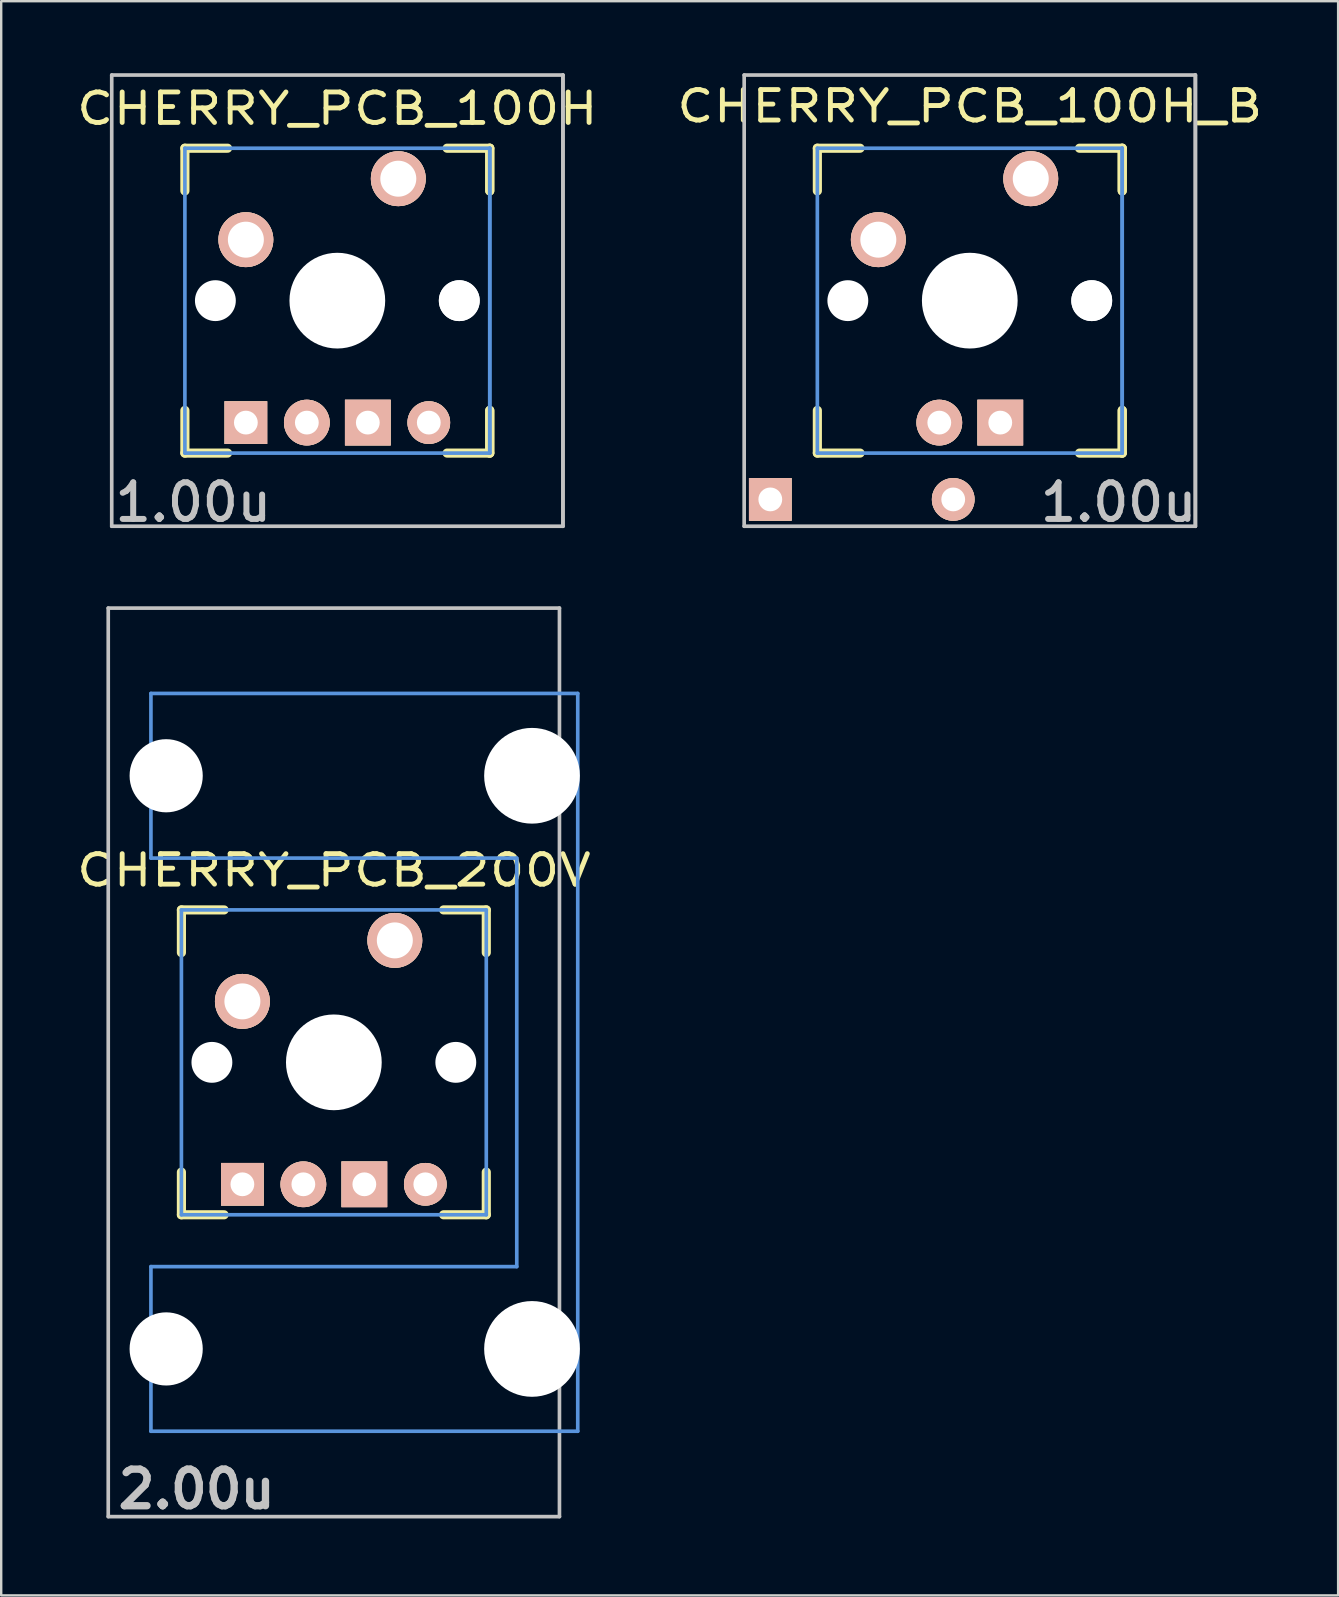
<source format=kicad_pcb>
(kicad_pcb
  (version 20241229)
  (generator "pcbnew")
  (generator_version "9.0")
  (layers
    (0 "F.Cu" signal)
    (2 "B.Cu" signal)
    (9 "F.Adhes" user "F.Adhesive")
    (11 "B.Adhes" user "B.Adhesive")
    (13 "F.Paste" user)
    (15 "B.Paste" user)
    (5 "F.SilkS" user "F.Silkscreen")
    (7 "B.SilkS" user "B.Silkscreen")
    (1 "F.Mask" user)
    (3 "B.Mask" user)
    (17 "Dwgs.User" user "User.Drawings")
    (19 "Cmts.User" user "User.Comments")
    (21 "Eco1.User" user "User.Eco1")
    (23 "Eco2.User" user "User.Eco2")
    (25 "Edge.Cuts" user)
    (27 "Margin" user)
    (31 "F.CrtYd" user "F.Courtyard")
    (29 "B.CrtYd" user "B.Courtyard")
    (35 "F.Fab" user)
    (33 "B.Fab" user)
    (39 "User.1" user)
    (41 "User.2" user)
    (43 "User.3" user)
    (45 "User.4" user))
  (footprint "CHERRY_PCB_100H_B"
    (layer "F.Cu")
    (at 37.348 9.474)
    (property "Reference" "CHERRY_PCB_100H_B" (at 0 -8.1 0) (layer "F.SilkS") (effects (font (size 1.27 1.524) (thickness 0.203))))
    (attr through_hole)
    (fp_line (start -6.35 -6.35) (end -4.572 -6.35) (stroke (width 0.381) (type solid)) (layer "F.SilkS"))
    (fp_line (start -6.35 -4.572) (end -6.35 -6.35) (stroke (width 0.381) (type solid)) (layer "F.SilkS"))
    (fp_line (start -6.35 6.35) (end -6.35 4.572) (stroke (width 0.381) (type solid)) (layer "F.SilkS"))
    (fp_line (start -4.572 6.35) (end -6.35 6.35) (stroke (width 0.381) (type solid)) (layer "F.SilkS"))
    (fp_line (start 4.572 -6.35) (end 6.35 -6.35) (stroke (width 0.381) (type solid)) (layer "F.SilkS"))
    (fp_line (start 6.35 -6.35) (end 6.35 -4.572) (stroke (width 0.381) (type solid)) (layer "F.SilkS"))
    (fp_line (start 6.35 -6.35) (end 6.35 -4.572) (stroke (width 0.381) (type solid)) (layer "F.SilkS"))
    (fp_line (start 6.35 4.572) (end 6.35 6.35) (stroke (width 0.381) (type solid)) (layer "F.SilkS"))
    (fp_line (start 6.35 4.572) (end 6.35 6.35) (stroke (width 0.381) (type solid)) (layer "F.SilkS"))
    (fp_line (start 6.35 6.35) (end 4.572 6.35) (stroke (width 0.381) (type solid)) (layer "F.SilkS"))
    (fp_line (start -9.398 -9.398) (end 9.398 -9.398) (stroke (width 0.152) (type solid)) (layer "Dwgs.User"))
    (fp_line (start -9.398 9.398) (end -9.398 -9.398) (stroke (width 0.152) (type solid)) (layer "Dwgs.User"))
    (fp_line (start 9.398 -9.398) (end 9.398 9.398) (stroke (width 0.152) (type solid)) (layer "Dwgs.User"))
    (fp_line (start 9.398 -9.398) (end 9.398 9.398) (stroke (width 0.152) (type solid)) (layer "Dwgs.User"))
    (fp_line (start 9.398 9.398) (end -9.398 9.398) (stroke (width 0.152) (type solid)) (layer "Dwgs.User"))
    (fp_line (start -6.35 -6.35) (end 6.35 -6.35) (stroke (width 0.152) (type solid)) (layer "Cmts.User"))
    (fp_line (start -6.35 6.35) (end -6.35 -6.35) (stroke (width 0.152) (type solid)) (layer "Cmts.User"))
    (fp_line (start 6.35 -6.35) (end 6.35 6.35) (stroke (width 0.152) (type solid)) (layer "Cmts.User"))
    (fp_line (start 6.35 -6.35) (end 6.35 6.35) (stroke (width 0.152) (type solid)) (layer "Cmts.User"))
    (fp_line (start 6.35 6.35) (end -6.35 6.35) (stroke (width 0.152) (type solid)) (layer "Cmts.User"))
    (fp_line (start -7.798 -6.005) (end -7.798 -1.75) (stroke (width 0.15) (type solid)) (layer "Eco2.User"))
    (fp_line (start -7.798 -1.75) (end -6.985 -1.75) (stroke (width 0.15) (type solid)) (layer "Eco2.User"))
    (fp_line (start -7.798 1.75) (end -7.798 6.005) (stroke (width 0.15) (type solid)) (layer "Eco2.User"))
    (fp_line (start -7.798 6.005) (end -6.985 6.005) (stroke (width 0.15) (type solid)) (layer "Eco2.User"))
    (fp_line (start -6.985 -6.985) (end -6.985 -6.005) (stroke (width 0.15) (type solid)) (layer "Eco2.User"))
    (fp_line (start -6.985 -6.985) (end 6.985 -6.985) (stroke (width 0.152) (type solid)) (layer "Eco2.User"))
    (fp_line (start -6.985 -6.005) (end -7.798 -6.005) (stroke (width 0.15) (type solid)) (layer "Eco2.User"))
    (fp_line (start -6.985 1.75) (end -7.798 1.75) (stroke (width 0.15) (type solid)) (layer "Eco2.User"))
    (fp_line (start -6.985 1.75) (end -6.985 -1.75) (stroke (width 0.152) (type solid)) (layer "Eco2.User"))
    (fp_line (start -6.985 6.005) (end -6.985 6.985) (stroke (width 0.15) (type solid)) (layer "Eco2.User"))
    (fp_line (start 6.985 -6.985) (end 6.985 -6.005) (stroke (width 0.15) (type solid)) (layer "Eco2.User"))
    (fp_line (start 6.985 -6.985) (end 6.985 -6.005) (stroke (width 0.15) (type solid)) (layer "Eco2.User"))
    (fp_line (start 6.985 -6.005) (end 7.798 -6.005) (stroke (width 0.15) (type solid)) (layer "Eco2.User"))
    (fp_line (start 6.985 -6.005) (end 7.798 -6.005) (stroke (width 0.15) (type solid)) (layer "Eco2.User"))
    (fp_line (start 6.985 -1.75) (end 6.985 1.75) (stroke (width 0.152) (type solid)) (layer "Eco2.User"))
    (fp_line (start 6.985 -1.75) (end 7.798 -1.75) (stroke (width 0.15) (type solid)) (layer "Eco2.User"))
    (fp_line (start 6.985 -1.75) (end 7.798 -1.75) (stroke (width 0.15) (type solid)) (layer "Eco2.User"))
    (fp_line (start 6.985 1.75) (end 7.798 1.75) (stroke (width 0.15) (type solid)) (layer "Eco2.User"))
    (fp_line (start 6.985 1.75) (end 7.798 1.75) (stroke (width 0.15) (type solid)) (layer "Eco2.User"))
    (fp_line (start 6.985 6.005) (end 7.798 6.005) (stroke (width 0.15) (type solid)) (layer "Eco2.User"))
    (fp_line (start 6.985 6.005) (end 7.798 6.005) (stroke (width 0.15) (type solid)) (layer "Eco2.User"))
    (fp_line (start 6.985 6.985) (end -6.985 6.985) (stroke (width 0.152) (type solid)) (layer "Eco2.User"))
    (fp_line (start 6.985 6.985) (end 6.985 6.005) (stroke (width 0.15) (type solid)) (layer "Eco2.User"))
    (fp_line (start 6.985 6.985) (end 6.985 6.005) (stroke (width 0.15) (type solid)) (layer "Eco2.User"))
    (fp_line (start 7.798 -6.005) (end 7.798 -1.75) (stroke (width 0.15) (type solid)) (layer "Eco2.User"))
    (fp_line (start 7.798 -6.005) (end 7.798 -1.75) (stroke (width 0.15) (type solid)) (layer "Eco2.User"))
    (fp_line (start 7.798 1.75) (end 7.798 6.005) (stroke (width 0.15) (type solid)) (layer "Eco2.User"))
    (fp_line (start 7.798 1.75) (end 7.798 6.005) (stroke (width 0.15) (type solid)) (layer "Eco2.User"))
    (fp_text user "1.00u" (at 6.2 8.4 0) (layer "Dwgs.User") (effects (font (size 1.524 1.524) (thickness 0.25))))
    (pad "" np_thru_hole circle (at -5.08 0) (size 1.702 1.702) (drill 1.702) (layers "*.Cu"))
    (pad "" np_thru_hole circle (at 0 0) (size 3.988 3.988) (drill 3.988) (layers "*.Cu"))
    (pad "" np_thru_hole circle (at 5.08 0) (size 1.702 1.702) (drill 1.702) (layers "*.Cu"))
    (pad "" np_thru_hole circle (at 5.08 0) (size 1.702 1.702) (drill 1.702) (layers "*.Cu"))
    (pad "1" thru_hole circle (at 2.54 -5.08) (size 2.286 2.286) (drill 1.499) (layers "*.Cu" "*.SilkS" "*.Mask"))
    (pad "2" thru_hole circle (at -3.81 -2.54) (size 2.286 2.286) (drill 1.499) (layers "*.Cu" "*.SilkS" "*.Mask"))
    (pad "3" thru_hole rect (at -8.31 8.28) (size 1.778 1.778) (drill 0.991) (layers "*.Cu" "*.SilkS" "*.Mask"))
    (pad "4" thru_hole circle (at -0.69 8.28) (size 1.778 1.778) (drill 0.991) (layers "*.Cu" "*.SilkS" "*.Mask"))
    (pad "5" thru_hole circle (at -1.27 5.08) (size 1.905 1.905) (drill 0.991) (layers "*.Cu" "*.SilkS" "*.Mask"))
    (pad "6" thru_hole rect (at 1.27 5.08) (size 1.905 1.905) (drill 0.991) (layers "*.Cu" "*.SilkS" "*.Mask")))
  (footprint "CHERRY_PCB_200V"
    (layer "F.Cu")
    (at 10.857 41.204)
    (property "Reference" "CHERRY_PCB_200V" (at 0 -8 0) (layer "F.SilkS") (effects (font (size 1.27 1.524) (thickness 0.203))))
    (attr through_hole)
    (fp_line (start -6.35 -6.35) (end -4.572 -6.35) (stroke (width 0.381) (type solid)) (layer "F.SilkS"))
    (fp_line (start -6.35 -4.572) (end -6.35 -6.35) (stroke (width 0.381) (type solid)) (layer "F.SilkS"))
    (fp_line (start -6.35 6.35) (end -6.35 4.572) (stroke (width 0.381) (type solid)) (layer "F.SilkS"))
    (fp_line (start -4.572 6.35) (end -6.35 6.35) (stroke (width 0.381) (type solid)) (layer "F.SilkS"))
    (fp_line (start 4.572 -6.35) (end 6.35 -6.35) (stroke (width 0.381) (type solid)) (layer "F.SilkS"))
    (fp_line (start 6.35 -6.35) (end 6.35 -4.572) (stroke (width 0.381) (type solid)) (layer "F.SilkS"))
    (fp_line (start 6.35 4.572) (end 6.35 6.35) (stroke (width 0.381) (type solid)) (layer "F.SilkS"))
    (fp_line (start 6.35 6.35) (end 4.572 6.35) (stroke (width 0.381) (type solid)) (layer "F.SilkS"))
    (fp_line (start -9.398 -18.923) (end 9.398 -18.923) (stroke (width 0.152) (type solid)) (layer "Dwgs.User"))
    (fp_line (start -9.398 18.923) (end -9.398 -18.923) (stroke (width 0.152) (type solid)) (layer "Dwgs.User"))
    (fp_line (start 9.398 -18.923) (end 9.398 18.923) (stroke (width 0.152) (type solid)) (layer "Dwgs.User"))
    (fp_line (start 9.398 18.923) (end -9.398 18.923) (stroke (width 0.152) (type solid)) (layer "Dwgs.User"))
    (fp_line (start -7.62 -15.367) (end -7.62 -8.509) (stroke (width 0.152) (type solid)) (layer "Cmts.User"))
    (fp_line (start -7.62 -8.509) (end 7.62 -8.509) (stroke (width 0.152) (type solid)) (layer "Cmts.User"))
    (fp_line (start -7.62 8.509) (end -7.62 15.367) (stroke (width 0.152) (type solid)) (layer "Cmts.User"))
    (fp_line (start -7.62 15.367) (end 10.16 15.367) (stroke (width 0.152) (type solid)) (layer "Cmts.User"))
    (fp_line (start -6.35 -6.35) (end 6.35 -6.35) (stroke (width 0.152) (type solid)) (layer "Cmts.User"))
    (fp_line (start -6.35 6.35) (end -6.35 -6.35) (stroke (width 0.152) (type solid)) (layer "Cmts.User"))
    (fp_line (start 6.35 -6.35) (end 6.35 6.35) (stroke (width 0.152) (type solid)) (layer "Cmts.User"))
    (fp_line (start 6.35 6.35) (end -6.35 6.35) (stroke (width 0.152) (type solid)) (layer "Cmts.User"))
    (fp_line (start 7.62 -8.509) (end 7.62 8.509) (stroke (width 0.152) (type solid)) (layer "Cmts.User"))
    (fp_line (start 7.62 8.509) (end -7.62 8.509) (stroke (width 0.152) (type solid)) (layer "Cmts.User"))
    (fp_line (start 10.16 -15.367) (end -7.62 -15.367) (stroke (width 0.152) (type solid)) (layer "Cmts.User"))
    (fp_line (start 10.16 15.367) (end 10.16 -15.367) (stroke (width 0.152) (type solid)) (layer "Cmts.User"))
    (fp_line (start -6.985 -6.985) (end -4.877 -6.985) (stroke (width 0.152) (type solid)) (layer "Eco2.User"))
    (fp_line (start -6.985 6.985) (end -6.985 -6.985) (stroke (width 0.152) (type solid)) (layer "Eco2.User"))
    (fp_line (start -5.69 -15.265) (end -2.286 -15.265) (stroke (width 0.152) (type solid)) (layer "Eco2.User"))
    (fp_line (start -5.69 -8.611) (end -5.69 -15.265) (stroke (width 0.152) (type solid)) (layer "Eco2.User"))
    (fp_line (start -5.69 8.611) (end -4.877 8.611) (stroke (width 0.152) (type solid)) (layer "Eco2.User"))
    (fp_line (start -5.69 15.265) (end -5.69 8.611) (stroke (width 0.152) (type solid)) (layer "Eco2.User"))
    (fp_line (start -4.877 -8.611) (end -5.69 -8.611) (stroke (width 0.152) (type solid)) (layer "Eco2.User"))
    (fp_line (start -4.877 -6.985) (end -4.877 -8.611) (stroke (width 0.152) (type solid)) (layer "Eco2.User"))
    (fp_line (start -4.877 6.985) (end -6.985 6.985) (stroke (width 0.152) (type solid)) (layer "Eco2.User"))
    (fp_line (start -4.877 8.611) (end -4.877 6.985) (stroke (width 0.152) (type solid)) (layer "Eco2.User"))
    (fp_line (start -2.286 -16.129) (end 0.508 -16.129) (stroke (width 0.152) (type solid)) (layer "Eco2.User"))
    (fp_line (start -2.286 -15.265) (end -2.286 -16.129) (stroke (width 0.152) (type solid)) (layer "Eco2.User"))
    (fp_line (start -2.286 15.265) (end -5.69 15.265) (stroke (width 0.152) (type solid)) (layer "Eco2.User"))
    (fp_line (start -2.286 16.129) (end -2.286 15.265) (stroke (width 0.152) (type solid)) (layer "Eco2.User"))
    (fp_line (start 0.508 -16.129) (end 0.508 -15.265) (stroke (width 0.152) (type solid)) (layer "Eco2.User"))
    (fp_line (start 0.508 -15.265) (end 6.604 -15.265) (stroke (width 0.152) (type solid)) (layer "Eco2.User"))
    (fp_line (start 0.508 15.265) (end 0.508 16.129) (stroke (width 0.152) (type solid)) (layer "Eco2.User"))
    (fp_line (start 0.508 16.129) (end -2.286 16.129) (stroke (width 0.152) (type solid)) (layer "Eco2.User"))
    (fp_line (start 5.817 -8.611) (end 5.817 -6.985) (stroke (width 0.152) (type solid)) (layer "Eco2.User"))
    (fp_line (start 5.817 -6.985) (end 6.985 -6.985) (stroke (width 0.152) (type solid)) (layer "Eco2.User"))
    (fp_line (start 5.817 6.985) (end 5.817 8.611) (stroke (width 0.152) (type solid)) (layer "Eco2.User"))
    (fp_line (start 5.817 8.611) (end 6.604 8.611) (stroke (width 0.152) (type solid)) (layer "Eco2.User"))
    (fp_line (start 6.604 -15.265) (end 6.604 -14.224) (stroke (width 0.152) (type solid)) (layer "Eco2.User"))
    (fp_line (start 6.604 -14.224) (end 7.772 -14.224) (stroke (width 0.152) (type solid)) (layer "Eco2.User"))
    (fp_line (start 6.604 -9.652) (end 6.604 -8.611) (stroke (width 0.152) (type solid)) (layer "Eco2.User"))
    (fp_line (start 6.604 -8.611) (end 5.817 -8.611) (stroke (width 0.152) (type solid)) (layer "Eco2.User"))
    (fp_line (start 6.604 8.611) (end 6.604 9.652) (stroke (width 0.152) (type solid)) (layer "Eco2.User"))
    (fp_line (start 6.604 9.652) (end 7.772 9.652) (stroke (width 0.152) (type solid)) (layer "Eco2.User"))
    (fp_line (start 6.604 14.224) (end 6.604 15.265) (stroke (width 0.152) (type solid)) (layer "Eco2.User"))
    (fp_line (start 6.604 15.265) (end 0.508 15.265) (stroke (width 0.152) (type solid)) (layer "Eco2.User"))
    (fp_line (start 6.985 -6.985) (end 6.985 6.985) (stroke (width 0.152) (type solid)) (layer "Eco2.User"))
    (fp_line (start 6.985 6.985) (end 5.817 6.985) (stroke (width 0.152) (type solid)) (layer "Eco2.User"))
    (fp_line (start 7.772 -14.224) (end 7.772 -9.652) (stroke (width 0.152) (type solid)) (layer "Eco2.User"))
    (fp_line (start 7.772 -9.652) (end 6.604 -9.652) (stroke (width 0.152) (type solid)) (layer "Eco2.User"))
    (fp_line (start 7.772 9.652) (end 7.772 14.224) (stroke (width 0.152) (type solid)) (layer "Eco2.User"))
    (fp_line (start 7.772 14.224) (end 6.604 14.224) (stroke (width 0.152) (type solid)) (layer "Eco2.User"))
    (fp_text user "2.00u" (at -5.715 17.78 0) (layer "Dwgs.User") (effects (font (size 1.524 1.524) (thickness 0.305))))
    (pad "" np_thru_hole circle (at -6.985 -11.938 90) (size 3.048 3.048) (drill 3.048) (layers "*.Cu"))
    (pad "" np_thru_hole circle (at -6.985 11.938 90) (size 3.048 3.048) (drill 3.048) (layers "*.Cu"))
    (pad "" np_thru_hole circle (at -5.08 0) (size 1.702 1.702) (drill 1.702) (layers "*.Cu"))
    (pad "" np_thru_hole circle (at 0 0) (size 3.988 3.988) (drill 3.988) (layers "*.Cu"))
    (pad "" np_thru_hole circle (at 5.08 0) (size 1.702 1.702) (drill 1.702) (layers "*.Cu"))
    (pad "" np_thru_hole circle (at 8.255 -11.938 90) (size 3.988 3.988) (drill 3.988) (layers "*.Cu"))
    (pad "" np_thru_hole circle (at 8.255 11.938 90) (size 3.988 3.988) (drill 3.988) (layers "*.Cu"))
    (pad "1" thru_hole circle (at 2.54 -5.08) (size 2.286 2.286) (drill 1.499) (layers "*.Cu" "*.SilkS" "*.Mask"))
    (pad "2" thru_hole circle (at -3.81 -2.54) (size 2.286 2.286) (drill 1.499) (layers "*.Cu" "*.SilkS" "*.Mask"))
    (pad "3" thru_hole rect (at -3.81 5.08) (size 1.778 1.778) (drill 0.991) (layers "*.Cu" "*.SilkS" "*.Mask"))
    (pad "4" thru_hole circle (at 3.81 5.08) (size 1.778 1.778) (drill 0.991) (layers "*.Cu" "*.SilkS" "*.Mask"))
    (pad "5" thru_hole circle (at -1.27 5.08) (size 1.905 1.905) (drill 0.991) (layers "*.Cu" "*.SilkS" "*.Mask"))
    (pad "6" thru_hole rect (at 1.27 5.08) (size 1.905 1.905) (drill 0.991) (layers "*.Cu" "*.SilkS" "*.Mask")))
  (footprint "CHERRY_PCB_100H"
    (layer "F.Cu")
    (at 11.002 9.474)
    (property "Reference" "CHERRY_PCB_100H" (at 0 -8 0) (layer "F.SilkS") (effects (font (size 1.27 1.524) (thickness 0.203))))
    (attr through_hole)
    (fp_line (start -6.35 -6.35) (end -4.572 -6.35) (stroke (width 0.381) (type solid)) (layer "F.SilkS"))
    (fp_line (start -6.35 -4.572) (end -6.35 -6.35) (stroke (width 0.381) (type solid)) (layer "F.SilkS"))
    (fp_line (start -6.35 6.35) (end -6.35 4.572) (stroke (width 0.381) (type solid)) (layer "F.SilkS"))
    (fp_line (start -4.572 6.35) (end -6.35 6.35) (stroke (width 0.381) (type solid)) (layer "F.SilkS"))
    (fp_line (start 4.572 -6.35) (end 6.35 -6.35) (stroke (width 0.381) (type solid)) (layer "F.SilkS"))
    (fp_line (start 6.35 -6.35) (end 6.35 -4.572) (stroke (width 0.381) (type solid)) (layer "F.SilkS"))
    (fp_line (start 6.35 -6.35) (end 6.35 -4.572) (stroke (width 0.381) (type solid)) (layer "F.SilkS"))
    (fp_line (start 6.35 4.572) (end 6.35 6.35) (stroke (width 0.381) (type solid)) (layer "F.SilkS"))
    (fp_line (start 6.35 4.572) (end 6.35 6.35) (stroke (width 0.381) (type solid)) (layer "F.SilkS"))
    (fp_line (start 6.35 6.35) (end 4.572 6.35) (stroke (width 0.381) (type solid)) (layer "F.SilkS"))
    (fp_line (start -9.398 -9.398) (end 9.398 -9.398) (stroke (width 0.152) (type solid)) (layer "Dwgs.User"))
    (fp_line (start -9.398 9.398) (end -9.398 -9.398) (stroke (width 0.152) (type solid)) (layer "Dwgs.User"))
    (fp_line (start 9.398 -9.398) (end 9.398 9.398) (stroke (width 0.152) (type solid)) (layer "Dwgs.User"))
    (fp_line (start 9.398 -9.398) (end 9.398 9.398) (stroke (width 0.152) (type solid)) (layer "Dwgs.User"))
    (fp_line (start 9.398 9.398) (end -9.398 9.398) (stroke (width 0.152) (type solid)) (layer "Dwgs.User"))
    (fp_line (start -6.35 -6.35) (end 6.35 -6.35) (stroke (width 0.152) (type solid)) (layer "Cmts.User"))
    (fp_line (start -6.35 6.35) (end -6.35 -6.35) (stroke (width 0.152) (type solid)) (layer "Cmts.User"))
    (fp_line (start 6.35 -6.35) (end 6.35 6.35) (stroke (width 0.152) (type solid)) (layer "Cmts.User"))
    (fp_line (start 6.35 -6.35) (end 6.35 6.35) (stroke (width 0.152) (type solid)) (layer "Cmts.User"))
    (fp_line (start 6.35 6.35) (end -6.35 6.35) (stroke (width 0.152) (type solid)) (layer "Cmts.User"))
    (fp_line (start -7.798 -6.005) (end -7.798 -1.75) (stroke (width 0.15) (type solid)) (layer "Eco2.User"))
    (fp_line (start -7.798 -1.75) (end -6.985 -1.75) (stroke (width 0.15) (type solid)) (layer "Eco2.User"))
    (fp_line (start -7.798 1.75) (end -7.798 6.005) (stroke (width 0.15) (type solid)) (layer "Eco2.User"))
    (fp_line (start -7.798 6.005) (end -6.985 6.005) (stroke (width 0.15) (type solid)) (layer "Eco2.User"))
    (fp_line (start -6.985 -6.985) (end -6.985 -6.005) (stroke (width 0.15) (type solid)) (layer "Eco2.User"))
    (fp_line (start -6.985 -6.985) (end 6.985 -6.985) (stroke (width 0.152) (type solid)) (layer "Eco2.User"))
    (fp_line (start -6.985 -6.005) (end -7.798 -6.005) (stroke (width 0.15) (type solid)) (layer "Eco2.User"))
    (fp_line (start -6.985 1.75) (end -7.798 1.75) (stroke (width 0.15) (type solid)) (layer "Eco2.User"))
    (fp_line (start -6.985 1.75) (end -6.985 -1.75) (stroke (width 0.152) (type solid)) (layer "Eco2.User"))
    (fp_line (start -6.985 6.005) (end -6.985 6.985) (stroke (width 0.15) (type solid)) (layer "Eco2.User"))
    (fp_line (start 6.985 -6.985) (end 6.985 -6.005) (stroke (width 0.15) (type solid)) (layer "Eco2.User"))
    (fp_line (start 6.985 -6.985) (end 6.985 -6.005) (stroke (width 0.15) (type solid)) (layer "Eco2.User"))
    (fp_line (start 6.985 -6.005) (end 7.798 -6.005) (stroke (width 0.15) (type solid)) (layer "Eco2.User"))
    (fp_line (start 6.985 -6.005) (end 7.798 -6.005) (stroke (width 0.15) (type solid)) (layer "Eco2.User"))
    (fp_line (start 6.985 -1.75) (end 6.985 1.75) (stroke (width 0.152) (type solid)) (layer "Eco2.User"))
    (fp_line (start 6.985 -1.75) (end 7.798 -1.75) (stroke (width 0.15) (type solid)) (layer "Eco2.User"))
    (fp_line (start 6.985 -1.75) (end 7.798 -1.75) (stroke (width 0.15) (type solid)) (layer "Eco2.User"))
    (fp_line (start 6.985 1.75) (end 7.798 1.75) (stroke (width 0.15) (type solid)) (layer "Eco2.User"))
    (fp_line (start 6.985 1.75) (end 7.798 1.75) (stroke (width 0.15) (type solid)) (layer "Eco2.User"))
    (fp_line (start 6.985 6.005) (end 7.798 6.005) (stroke (width 0.15) (type solid)) (layer "Eco2.User"))
    (fp_line (start 6.985 6.005) (end 7.798 6.005) (stroke (width 0.15) (type solid)) (layer "Eco2.User"))
    (fp_line (start 6.985 6.985) (end -6.985 6.985) (stroke (width 0.152) (type solid)) (layer "Eco2.User"))
    (fp_line (start 6.985 6.985) (end 6.985 6.005) (stroke (width 0.15) (type solid)) (layer "Eco2.User"))
    (fp_line (start 6.985 6.985) (end 6.985 6.005) (stroke (width 0.15) (type solid)) (layer "Eco2.User"))
    (fp_line (start 7.798 -6.005) (end 7.798 -1.75) (stroke (width 0.15) (type solid)) (layer "Eco2.User"))
    (fp_line (start 7.798 -6.005) (end 7.798 -1.75) (stroke (width 0.15) (type solid)) (layer "Eco2.User"))
    (fp_line (start 7.798 1.75) (end 7.798 6.005) (stroke (width 0.15) (type solid)) (layer "Eco2.User"))
    (fp_line (start 7.798 1.75) (end 7.798 6.005) (stroke (width 0.15) (type solid)) (layer "Eco2.User"))
    (fp_text user "1.00u" (at -6 8.4 0) (layer "Dwgs.User") (effects (font (size 1.524 1.524) (thickness 0.25))))
    (pad "" np_thru_hole circle (at -5.08 0) (size 1.702 1.702) (drill 1.702) (layers "*.Cu"))
    (pad "" np_thru_hole circle (at 0 0) (size 3.988 3.988) (drill 3.988) (layers "*.Cu"))
    (pad "" np_thru_hole circle (at 5.08 0) (size 1.702 1.702) (drill 1.702) (layers "*.Cu"))
    (pad "" np_thru_hole circle (at 5.08 0) (size 1.702 1.702) (drill 1.702) (layers "*.Cu"))
    (pad "1" thru_hole circle (at 2.54 -5.08) (size 2.286 2.286) (drill 1.499) (layers "*.Cu" "*.SilkS" "*.Mask"))
    (pad "2" thru_hole circle (at -3.81 -2.54) (size 2.286 2.286) (drill 1.499) (layers "*.Cu" "*.SilkS" "*.Mask"))
    (pad "3" thru_hole rect (at -3.81 5.08) (size 1.778 1.778) (drill 0.991) (layers "*.Cu" "*.SilkS" "*.Mask"))
    (pad "4" thru_hole circle (at 3.81 5.08) (size 1.778 1.778) (drill 0.991) (layers "*.Cu" "*.SilkS" "*.Mask"))
    (pad "5" thru_hole circle (at -1.27 5.08) (size 1.905 1.905) (drill 0.991) (layers "*.Cu" "*.SilkS" "*.Mask"))
    (pad "6" thru_hole rect (at 1.27 5.08) (size 1.905 1.905) (drill 0.991) (layers "*.Cu" "*.SilkS" "*.Mask")))
  (gr_rect
    (start -3 -3)
    (end 52.692 63.41)
    (stroke (width 0.1) (type default))
    (fill no)
    (layer "Edge.Cuts")))
</source>
